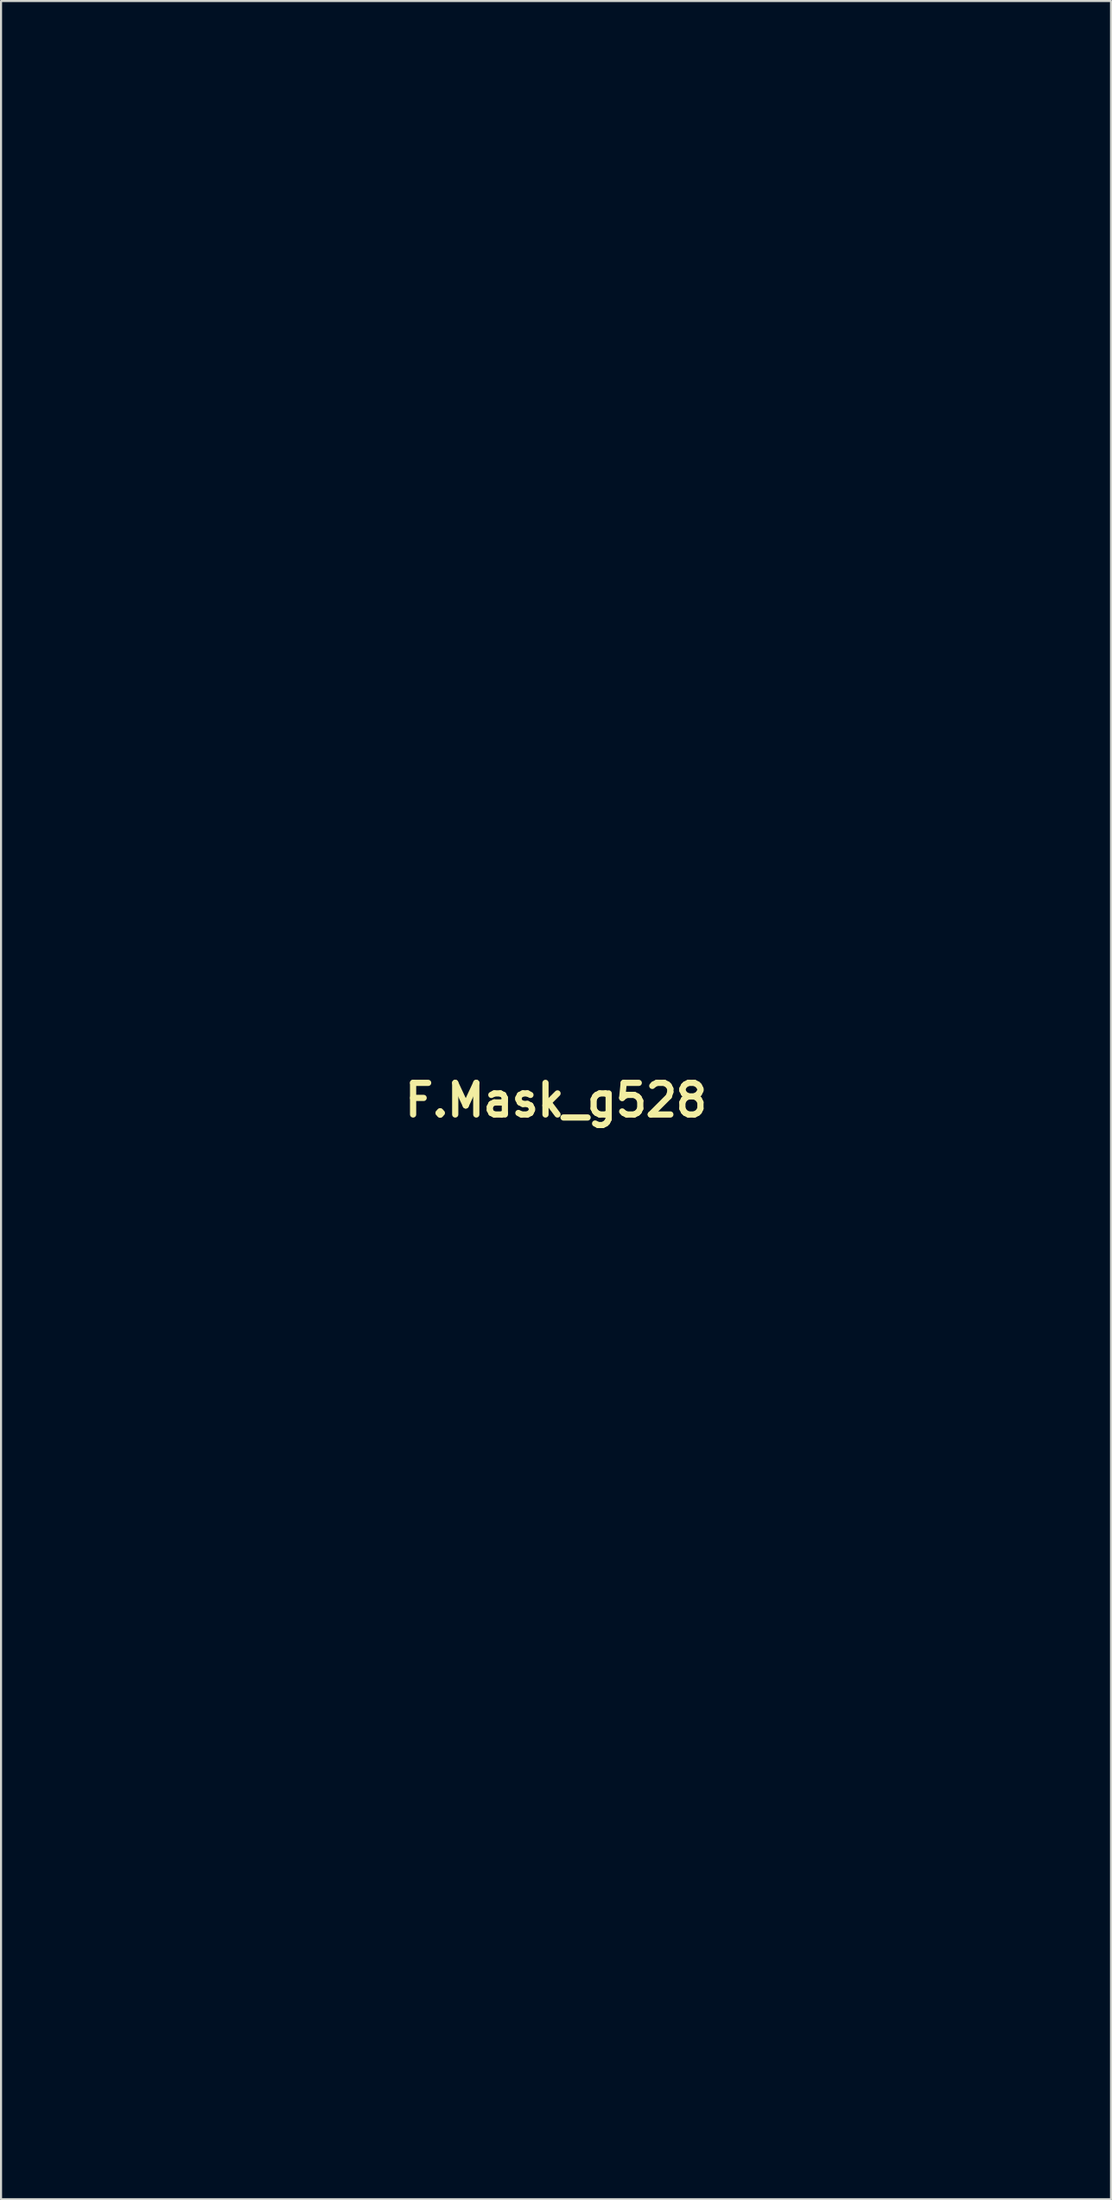
<source format=kicad_pcb>
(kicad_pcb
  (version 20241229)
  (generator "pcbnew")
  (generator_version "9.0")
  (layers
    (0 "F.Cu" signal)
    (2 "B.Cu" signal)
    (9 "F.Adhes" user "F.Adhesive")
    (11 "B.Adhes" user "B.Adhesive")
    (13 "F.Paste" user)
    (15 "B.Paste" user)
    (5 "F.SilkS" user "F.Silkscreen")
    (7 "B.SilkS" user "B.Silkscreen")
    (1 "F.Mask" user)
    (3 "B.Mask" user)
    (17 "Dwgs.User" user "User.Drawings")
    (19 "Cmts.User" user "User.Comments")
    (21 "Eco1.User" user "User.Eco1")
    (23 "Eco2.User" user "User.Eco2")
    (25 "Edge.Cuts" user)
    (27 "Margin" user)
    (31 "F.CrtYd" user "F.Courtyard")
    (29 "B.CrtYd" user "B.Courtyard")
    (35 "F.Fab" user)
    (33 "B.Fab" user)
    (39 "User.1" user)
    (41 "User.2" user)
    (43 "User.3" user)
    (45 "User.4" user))
  (footprint "F.Mask_g528"
    (layer "F.Cu")
    (at 23.773 49.999)
    (property "Reference" "F.Mask_g528" (at 0 0 0) (layer "F.SilkS") (effects (font (size 1.524 1.524) (thickness 0.3))))
    (attr through_hole)
    (fp_poly (pts (xy 19.565 -49.994) (xy 19.71 -49.982) (xy 19.792 -49.966) (xy 20.012 -49.889) (xy 20.217 -49.775) (xy 20.402 -49.626) (xy 20.562 -49.446) (xy 20.619 -49.365) (xy 20.69 -49.246) (xy 20.752 -49.119) (xy 20.806 -48.98) (xy 20.854 -48.822) (xy 20.898 -48.64) (xy 20.938 -48.428) (xy 20.977 -48.182) (xy 20.987 -48.112) (xy 21.012 -47.952) (xy 21.041 -47.791) (xy 21.073 -47.64) (xy 21.103 -47.514) (xy 21.113 -47.477) (xy 21.139 -47.383) (xy 21.166 -47.275) (xy 21.195 -47.152) (xy 21.226 -47.009) (xy 21.259 -46.844) (xy 21.297 -46.652) (xy 21.339 -46.43) (xy 21.386 -46.175) (xy 21.439 -45.884) (xy 21.472 -45.699) (xy 21.531 -45.362) (xy 21.583 -45.059) (xy 21.627 -44.782) (xy 21.665 -44.525) (xy 21.699 -44.279) (xy 21.728 -44.037) (xy 21.753 -43.791) (xy 21.777 -43.535) (xy 21.799 -43.26) (xy 21.821 -42.959) (xy 21.823 -42.937) (xy 21.844 -42.634) (xy 21.864 -42.367) (xy 21.883 -42.131) (xy 21.902 -41.919) (xy 21.921 -41.725) (xy 21.94 -41.544) (xy 21.962 -41.37) (xy 21.981 -41.222) (xy 22.023 -40.894) (xy 22.058 -40.584) (xy 22.086 -40.284) (xy 22.108 -39.985) (xy 22.124 -39.679) (xy 22.134 -39.356) (xy 22.141 -39.008) (xy 22.143 -38.652) (xy 22.143 -38.444) (xy 22.14 -38.248) (xy 22.136 -38.058) (xy 22.128 -37.868) (xy 22.118 -37.669) (xy 22.105 -37.457) (xy 22.088 -37.225) (xy 22.067 -36.965) (xy 22.041 -36.671) (xy 22.034 -36.587) (xy 22.016 -36.392) (xy 22 -36.229) (xy 21.985 -36.087) (xy 21.97 -35.958) (xy 21.952 -35.829) (xy 21.931 -35.692) (xy 21.906 -35.535) (xy 21.886 -35.412) (xy 21.851 -35.201) (xy 21.823 -35.024) (xy 21.8 -34.874) (xy 21.782 -34.744) (xy 21.768 -34.626) (xy 21.757 -34.512) (xy 21.748 -34.396) (xy 21.74 -34.27) (xy 21.737 -34.207) (xy 21.721 -33.97) (xy 21.699 -33.744) (xy 21.671 -33.516) (xy 21.633 -33.278) (xy 21.586 -33.019) (xy 21.535 -32.766) (xy 21.5 -32.595) (xy 21.461 -32.404) (xy 21.421 -32.208) (xy 21.383 -32.023) (xy 21.356 -31.888) (xy 21.309 -31.659) (xy 21.261 -31.445) (xy 21.211 -31.24) (xy 21.155 -31.035) (xy 21.093 -30.822) (xy 21.021 -30.595) (xy 20.939 -30.345) (xy 20.842 -30.065) (xy 20.821 -30.004) (xy 20.775 -29.865) (xy 20.739 -29.738) (xy 20.712 -29.607) (xy 20.687 -29.455) (xy 20.679 -29.401) (xy 20.643 -29.142) (xy 20.61 -28.919) (xy 20.578 -28.728) (xy 20.546 -28.561) (xy 20.514 -28.414) (xy 20.479 -28.28) (xy 20.44 -28.154) (xy 20.396 -28.03) (xy 20.346 -27.902) (xy 20.299 -27.792) (xy 20.256 -27.689) (xy 20.201 -27.557) (xy 20.138 -27.405) (xy 20.072 -27.242) (xy 20.007 -27.079) (xy 19.971 -26.988) (xy 19.898 -26.809) (xy 19.813 -26.607) (xy 19.721 -26.396) (xy 19.63 -26.192) (xy 19.545 -26.009) (xy 19.524 -25.964) (xy 19.46 -25.829) (xy 19.402 -25.707) (xy 19.353 -25.603) (xy 19.315 -25.522) (xy 19.291 -25.47) (xy 19.283 -25.45) (xy 19.274 -25.429) (xy 19.249 -25.377) (xy 19.21 -25.297) (xy 19.161 -25.198) (xy 19.104 -25.083) (xy 19.09 -25.055) (xy 19.008 -24.896) (xy 18.906 -24.708) (xy 18.789 -24.499) (xy 18.661 -24.274) (xy 18.525 -24.041) (xy 18.385 -23.806) (xy 18.246 -23.576) (xy 18.111 -23.358) (xy 17.985 -23.158) (xy 17.949 -23.103) (xy 17.862 -22.967) (xy 17.771 -22.82) (xy 17.683 -22.674) (xy 17.605 -22.541) (xy 17.547 -22.437) (xy 17.438 -22.239) (xy 17.341 -22.073) (xy 17.251 -21.933) (xy 17.163 -21.81) (xy 17.072 -21.7) (xy 16.974 -21.594) (xy 16.933 -21.552) (xy 16.803 -21.424) (xy 16.753 -21.178) (xy 16.721 -21.003) (xy 16.696 -20.825) (xy 16.678 -20.639) (xy 16.667 -20.441) (xy 16.662 -20.228) (xy 16.665 -19.995) (xy 16.675 -19.737) (xy 16.691 -19.451) (xy 16.715 -19.133) (xy 16.745 -18.777) (xy 16.752 -18.701) (xy 16.77 -18.5) (xy 16.79 -18.266) (xy 16.81 -18.01) (xy 16.831 -17.741) (xy 16.851 -17.469) (xy 16.87 -17.203) (xy 16.886 -16.954) (xy 16.891 -16.88) (xy 16.913 -16.542) (xy 16.932 -16.242) (xy 16.95 -15.976) (xy 16.967 -15.741) (xy 16.982 -15.532) (xy 16.997 -15.345) (xy 17.011 -15.176) (xy 17.025 -15.022) (xy 17.039 -14.879) (xy 17.054 -14.741) (xy 17.062 -14.668) (xy 17.081 -14.507) (xy 17.098 -14.382) (xy 17.113 -14.287) (xy 17.129 -14.217) (xy 17.146 -14.164) (xy 17.165 -14.124) (xy 17.188 -14.09) (xy 17.189 -14.089) (xy 17.233 -14.034) (xy 19.268 -14.033) (xy 19.562 -14.033) (xy 19.845 -14.032) (xy 20.115 -14.031) (xy 20.369 -14.03) (xy 20.604 -14.028) (xy 20.816 -14.026) (xy 21.002 -14.024) (xy 21.16 -14.022) (xy 21.286 -14.02) (xy 21.377 -14.017) (xy 21.43 -14.014) (xy 21.438 -14.013) (xy 21.612 -13.969) (xy 21.777 -13.891) (xy 21.922 -13.785) (xy 22.041 -13.656) (xy 22.107 -13.55) (xy 22.129 -13.506) (xy 22.148 -13.466) (xy 22.164 -13.425) (xy 22.178 -13.382) (xy 22.19 -13.331) (xy 22.199 -13.271) (xy 22.207 -13.199) (xy 22.213 -13.11) (xy 22.217 -13.002) (xy 22.22 -12.871) (xy 22.223 -12.715) (xy 22.224 -12.53) (xy 22.225 -12.313) (xy 22.225 -12.06) (xy 22.225 -11.769) (xy 22.225 -11.704) (xy 22.225 -11.407) (xy 22.224 -11.134) (xy 22.222 -10.888) (xy 22.22 -10.67) (xy 22.218 -10.483) (xy 22.215 -10.33) (xy 22.211 -10.212) (xy 22.207 -10.132) (xy 22.204 -10.094) (xy 22.15 -9.917) (xy 22.059 -9.754) (xy 21.935 -9.61) (xy 21.784 -9.491) (xy 21.68 -9.434) (xy 21.624 -9.408) (xy 21.577 -9.39) (xy 21.528 -9.377) (xy 21.47 -9.369) (xy 21.394 -9.364) (xy 21.289 -9.361) (xy 21.204 -9.359) (xy 20.87 -9.352) (xy 20.87 -9.188) (xy 20.852 -8.97) (xy 20.797 -8.759) (xy 20.711 -8.561) (xy 20.596 -8.383) (xy 20.456 -8.231) (xy 20.377 -8.168) (xy 20.297 -8.11) (xy 20.42 -8.075) (xy 20.621 -7.995) (xy 20.805 -7.88) (xy 20.966 -7.735) (xy 21.1 -7.563) (xy 21.203 -7.371) (xy 21.26 -7.204) (xy 21.284 -7.065) (xy 21.293 -6.902) (xy 21.288 -6.732) (xy 21.269 -6.569) (xy 21.251 -6.486) (xy 21.209 -6.318) (xy 21.459 -6.062) (xy 21.579 -5.935) (xy 21.694 -5.806) (xy 21.809 -5.669) (xy 21.926 -5.52) (xy 22.05 -5.354) (xy 22.185 -5.164) (xy 22.334 -4.948) (xy 22.46 -4.762) (xy 22.638 -4.494) (xy 22.792 -4.256) (xy 22.926 -4.042) (xy 23.042 -3.848) (xy 23.14 -3.668) (xy 23.225 -3.498) (xy 23.297 -3.334) (xy 23.359 -3.17) (xy 23.414 -3.001) (xy 23.463 -2.823) (xy 23.508 -2.631) (xy 23.552 -2.419) (xy 23.581 -2.269) (xy 23.632 -1.993) (xy 23.673 -1.751) (xy 23.706 -1.537) (xy 23.732 -1.345) (xy 23.75 -1.169) (xy 23.762 -1.001) (xy 23.768 -0.837) (xy 23.77 -0.682) (xy 23.763 -0.394) (xy 23.741 -0.138) (xy 23.7 0.094) (xy 23.639 0.309) (xy 23.554 0.516) (xy 23.442 0.722) (xy 23.301 0.935) (xy 23.128 1.162) (xy 23.092 1.206) (xy 23.005 1.313) (xy 22.913 1.426) (xy 22.826 1.534) (xy 22.754 1.623) (xy 22.748 1.63) (xy 22.602 1.819) (xy 22.488 1.988) (xy 22.403 2.139) (xy 22.347 2.277) (xy 22.317 2.406) (xy 22.31 2.503) (xy 22.313 2.553) (xy 22.321 2.639) (xy 22.335 2.751) (xy 22.352 2.884) (xy 22.372 3.029) (xy 22.387 3.13) (xy 22.413 3.306) (xy 22.432 3.45) (xy 22.446 3.572) (xy 22.455 3.683) (xy 22.461 3.794) (xy 22.464 3.913) (xy 22.465 4.052) (xy 22.465 4.064) (xy 22.464 4.219) (xy 22.462 4.342) (xy 22.457 4.439) (xy 22.449 4.521) (xy 22.436 4.597) (xy 22.421 4.668) (xy 22.339 4.945) (xy 22.228 5.193) (xy 22.085 5.415) (xy 21.98 5.542) (xy 21.866 5.654) (xy 21.717 5.78) (xy 21.537 5.916) (xy 21.33 6.059) (xy 21.102 6.207) (xy 20.854 6.356) (xy 20.593 6.504) (xy 20.468 6.572) (xy 20.358 6.631) (xy 20.261 6.684) (xy 20.183 6.726) (xy 20.13 6.754) (xy 20.109 6.767) (xy 20.109 6.767) (xy 20.11 6.789) (xy 20.119 6.846) (xy 20.133 6.932) (xy 20.153 7.039) (xy 20.177 7.162) (xy 20.179 7.171) (xy 20.224 7.405) (xy 20.259 7.607) (xy 20.286 7.785) (xy 20.304 7.949) (xy 20.316 8.106) (xy 20.323 8.267) (xy 20.324 8.414) (xy 20.319 8.678) (xy 20.3 8.906) (xy 20.269 9.102) (xy 20.223 9.269) (xy 20.161 9.412) (xy 20.098 9.516) (xy 19.982 9.648) (xy 19.829 9.774) (xy 19.643 9.893) (xy 19.427 10.001) (xy 19.187 10.098) (xy 18.927 10.181) (xy 18.667 10.243) (xy 18.548 10.268) (xy 18.303 10.791) (xy 18.135 11.153) (xy 17.984 11.48) (xy 17.85 11.777) (xy 17.732 12.046) (xy 17.627 12.291) (xy 17.535 12.515) (xy 17.453 12.722) (xy 17.382 12.914) (xy 17.319 13.096) (xy 17.263 13.271) (xy 17.213 13.442) (xy 17.176 13.578) (xy 17.125 13.781) (xy 17.087 13.954) (xy 17.06 14.109) (xy 17.043 14.257) (xy 17.034 14.409) (xy 17.032 14.573) (xy 17.032 14.891) (xy 17.182 15.536) (xy 17.262 15.884) (xy 17.332 16.196) (xy 17.392 16.477) (xy 17.443 16.731) (xy 17.487 16.964) (xy 17.523 17.179) (xy 17.553 17.383) (xy 17.577 17.579) (xy 17.596 17.773) (xy 17.612 17.97) (xy 17.622 18.116) (xy 17.625 18.231) (xy 17.625 18.375) (xy 17.622 18.538) (xy 17.616 18.713) (xy 17.607 18.891) (xy 17.597 19.061) (xy 17.585 19.216) (xy 17.572 19.346) (xy 17.558 19.441) (xy 17.501 19.645) (xy 17.41 19.828) (xy 17.288 19.985) (xy 17.139 20.114) (xy 16.965 20.211) (xy 16.769 20.274) (xy 16.737 20.28) (xy 16.594 20.306) (xy 16.605 20.371) (xy 16.611 20.411) (xy 16.622 20.486) (xy 16.637 20.588) (xy 16.655 20.71) (xy 16.674 20.846) (xy 16.681 20.892) (xy 16.718 21.151) (xy 16.76 21.434) (xy 16.805 21.735) (xy 16.854 22.05) (xy 16.905 22.374) (xy 16.957 22.703) (xy 17.011 23.033) (xy 17.064 23.359) (xy 17.116 23.676) (xy 17.168 23.98) (xy 17.217 24.267) (xy 17.263 24.532) (xy 17.306 24.77) (xy 17.344 24.977) (xy 17.377 25.148) (xy 17.389 25.206) (xy 17.526 25.832) (xy 17.678 26.45) (xy 17.844 27.056) (xy 18.022 27.645) (xy 18.21 28.211) (xy 18.408 28.75) (xy 18.612 29.257) (xy 18.803 29.686) (xy 18.857 29.804) (xy 18.907 29.915) (xy 18.948 30.012) (xy 18.977 30.086) (xy 18.988 30.12) (xy 19 30.184) (xy 19.009 30.285) (xy 19.014 30.416) (xy 19.017 30.572) (xy 19.017 30.575) (xy 19.016 30.723) (xy 19.013 30.838) (xy 19.007 30.929) (xy 18.996 31.004) (xy 18.981 31.073) (xy 18.979 31.083) (xy 18.898 31.31) (xy 18.787 31.513) (xy 18.648 31.687) (xy 18.485 31.832) (xy 18.3 31.944) (xy 18.095 32.022) (xy 17.876 32.062) (xy 17.755 32.068) (xy 17.592 32.068) (xy 17.601 32.136) (xy 17.607 32.182) (xy 17.616 32.26) (xy 17.627 32.361) (xy 17.64 32.474) (xy 17.644 32.512) (xy 17.673 32.766) (xy 17.711 33.058) (xy 17.757 33.383) (xy 17.81 33.738) (xy 17.869 34.12) (xy 17.934 34.525) (xy 18.004 34.948) (xy 18.079 35.387) (xy 18.157 35.837) (xy 18.239 36.295) (xy 18.323 36.756) (xy 18.409 37.218) (xy 18.495 37.676) (xy 18.583 38.127) (xy 18.67 38.567) (xy 18.756 38.992) (xy 18.841 39.398) (xy 18.924 39.782) (xy 18.995 40.102) (xy 19.041 40.314) (xy 19.077 40.492) (xy 19.102 40.641) (xy 19.118 40.769) (xy 19.126 40.881) (xy 19.125 40.983) (xy 19.117 41.082) (xy 19.115 41.102) (xy 19.078 41.322) (xy 19.021 41.512) (xy 18.94 41.682) (xy 18.831 41.841) (xy 18.691 41.996) (xy 18.595 42.088) (xy 18.512 42.158) (xy 18.428 42.214) (xy 18.329 42.268) (xy 18.315 42.275) (xy 18.212 42.324) (xy 18.104 42.371) (xy 18.008 42.408) (xy 17.975 42.42) (xy 17.829 42.466) (xy 17.922 42.702) (xy 18.147 43.32) (xy 18.348 43.968) (xy 18.522 44.643) (xy 18.669 45.339) (xy 18.789 46.052) (xy 18.879 46.777) (xy 18.913 47.138) (xy 18.923 47.286) (xy 18.933 47.456) (xy 18.941 47.642) (xy 18.948 47.839) (xy 18.954 48.039) (xy 18.958 48.237) (xy 18.961 48.426) (xy 18.961 48.602) (xy 18.96 48.757) (xy 18.957 48.885) (xy 18.952 48.981) (xy 18.948 49.021) (xy 18.9 49.217) (xy 18.816 49.393) (xy 18.7 49.546) (xy 18.553 49.671) (xy 18.42 49.748) (xy 18.349 49.779) (xy 18.29 49.799) (xy 18.228 49.81) (xy 18.149 49.814) (xy 18.066 49.815) (xy 17.957 49.813) (xy 17.824 49.806) (xy 17.685 49.795) (xy 17.579 49.784) (xy 17.464 49.775) (xy 17.313 49.767) (xy 17.131 49.761) (xy 16.923 49.757) (xy 16.695 49.754) (xy 16.453 49.754) (xy 16.202 49.755) (xy 15.948 49.759) (xy 15.696 49.764) (xy 15.453 49.771) (xy 15.223 49.779) (xy 15.013 49.79) (xy 14.975 49.792) (xy 14.916 49.795) (xy 14.853 49.798) (xy 14.785 49.801) (xy 14.711 49.804) (xy 14.63 49.806) (xy 14.539 49.809) (xy 14.437 49.811) (xy 14.324 49.813) (xy 14.196 49.815) (xy 14.054 49.816) (xy 13.895 49.818) (xy 13.717 49.819) (xy 13.52 49.82) (xy 13.302 49.821) (xy 13.061 49.822) (xy 12.797 49.823) (xy 12.506 49.824) (xy 12.189 49.824) (xy 11.843 49.825) (xy 11.467 49.825) (xy 11.059 49.826) (xy 10.619 49.826) (xy 10.144 49.826) (xy 9.633 49.826) (xy 9.084 49.826) (xy 8.497 49.826) (xy 7.869 49.826) (xy 7.694 49.826) (xy 7.052 49.826) (xy 6.451 49.826) (xy 5.889 49.826) (xy 5.365 49.826) (xy 4.878 49.826) (xy 4.425 49.827) (xy 4.006 49.827) (xy 3.619 49.827) (xy 3.262 49.828) (xy 2.934 49.828) (xy 2.634 49.829) (xy 2.359 49.83) (xy 2.109 49.831) (xy 1.882 49.832) (xy 1.677 49.833) (xy 1.491 49.834) (xy 1.325 49.836) (xy 1.175 49.838) (xy 1.04 49.839) (xy 0.92 49.841) (xy 0.813 49.844) (xy 0.716 49.846) (xy 0.629 49.848) (xy 0.55 49.851) (xy 0.478 49.854) (xy 0.411 49.857) (xy 0.37 49.859) (xy 0.309 49.862) (xy 0.242 49.865) (xy 0.169 49.868) (xy 0.089 49.871) (xy 0.000028 49.873) (xy -0.1 49.875) (xy -0.211 49.878) (xy -0.335 49.88) (xy -0.474 49.881) (xy -0.629 49.883) (xy -0.801 49.885) (xy -0.992 49.886) (xy -1.203 49.887) (xy -1.436 49.889) (xy -1.691 49.89) (xy -1.971 49.891) (xy -2.277 49.892) (xy -2.61 49.893) (xy -2.971 49.893) (xy -3.362 49.894) (xy -3.784 49.895) (xy -4.239 49.896) (xy -4.729 49.896) (xy -5.253 49.897) (xy -5.815 49.897) (xy -6.415 49.898) (xy -7.054 49.898) (xy -7.662 49.899) (xy -8.359 49.899) (xy -9.015 49.9) (xy -9.631 49.9) (xy -10.209 49.901) (xy -10.748 49.902) (xy -11.252 49.902) (xy -11.721 49.903) (xy -12.155 49.904) (xy -12.558 49.905) (xy -12.929 49.906) (xy -13.269 49.907) (xy -13.581 49.908) (xy -13.865 49.91) (xy -14.123 49.911) (xy -14.355 49.912) (xy -14.563 49.914) (xy -14.749 49.916) (xy -14.913 49.917) (xy -15.056 49.919) (xy -15.18 49.921) (xy -15.287 49.923) (xy -15.376 49.926) (xy -15.45 49.928) (xy -15.51 49.931) (xy -15.536 49.932) (xy -15.682 49.939) (xy -15.867 49.945) (xy -16.091 49.951) (xy -16.352 49.955) (xy -16.646 49.958) (xy -16.973 49.961) (xy -17.33 49.962) (xy -17.473 49.963) (xy -17.733 49.963) (xy -17.991 49.964) (xy -18.243 49.966) (xy -18.485 49.968) (xy -18.71 49.97) (xy -18.914 49.972) (xy -19.092 49.974) (xy -19.239 49.977) (xy -19.351 49.98) (xy -19.378 49.981) (xy -19.536 49.986) (xy -19.658 49.988) (xy -19.751 49.987) (xy -19.823 49.984) (xy -19.88 49.977) (xy -19.928 49.967) (xy -19.939 49.964) (xy -20.147 49.886) (xy -20.33 49.776) (xy -20.485 49.636) (xy -20.61 49.47) (xy -20.701 49.279) (xy -20.733 49.179) (xy -20.754 49.062) (xy -20.764 48.913) (xy -20.764 48.741) (xy -20.754 48.554) (xy -20.734 48.361) (xy -20.732 48.343) (xy -20.696 48.083) (xy -20.757 48.04) (xy -20.843 47.971) (xy -20.94 47.88) (xy -21.039 47.778) (xy -21.128 47.674) (xy -21.199 47.581) (xy -21.222 47.547) (xy -21.31 47.382) (xy -21.374 47.22) (xy -21.415 47.051) (xy -21.436 46.866) (xy -21.438 46.654) (xy -21.436 46.584) (xy -21.429 46.465) (xy -21.418 46.348) (xy -21.402 46.229) (xy -21.381 46.103) (xy -21.353 45.967) (xy -21.317 45.816) (xy -21.272 45.646) (xy -21.217 45.454) (xy -21.152 45.235) (xy -21.075 44.985) (xy -20.985 44.7) (xy -20.966 44.641) (xy -20.886 44.387) (xy -20.817 44.168) (xy -20.76 43.982) (xy -20.712 43.821) (xy -20.672 43.683) (xy -20.64 43.563) (xy -20.615 43.456) (xy -20.594 43.358) (xy -20.578 43.264) (xy -20.564 43.169) (xy -20.552 43.07) (xy -20.542 42.971) (xy -20.511 42.729) (xy -20.469 42.52) (xy -20.412 42.333) (xy -20.337 42.159) (xy -20.241 41.989) (xy -20.152 41.857) (xy -20.03 41.688) (xy -20.017 41.409) (xy -20.008 41.278) (xy -19.993 41.136) (xy -19.975 41.003) (xy -19.959 40.912) (xy -19.939 40.818) (xy -19.924 40.739) (xy -19.913 40.683) (xy -19.91 40.664) (xy -19.929 40.641) (xy -19.986 40.615) (xy -20.048 40.596) (xy -20.229 40.536) (xy -20.401 40.457) (xy -20.578 40.352) (xy -20.606 40.333) (xy -20.796 40.196) (xy -20.947 40.062) (xy -21.061 39.927) (xy -21.142 39.787) (xy -21.192 39.638) (xy -21.213 39.476) (xy -21.215 39.434) (xy -21.213 39.362) (xy -21.206 39.282) (xy -21.194 39.191) (xy -21.174 39.086) (xy -21.147 38.966) (xy -21.113 38.827) (xy -21.069 38.667) (xy -21.016 38.484) (xy -20.953 38.274) (xy -20.878 38.036) (xy -20.793 37.766) (xy -20.695 37.463) (xy -20.584 37.123) (xy -20.532 36.968) (xy -20.434 36.668) (xy -20.347 36.405) (xy -20.271 36.175) (xy -20.206 35.974) (xy -20.15 35.798) (xy -20.102 35.645) (xy -20.062 35.51) (xy -20.027 35.389) (xy -19.998 35.28) (xy -19.973 35.178) (xy -19.952 35.079) (xy -19.932 34.98) (xy -19.914 34.878) (xy -19.896 34.769) (xy -19.878 34.648) (xy -19.858 34.513) (xy -19.844 34.424) (xy -19.82 34.263) (xy -19.795 34.097) (xy -19.771 33.937) (xy -19.749 33.795) (xy -19.731 33.679) (xy -19.726 33.647) (xy -19.71 33.546) (xy -19.698 33.46) (xy -19.691 33.4) (xy -19.689 33.371) (xy -19.689 33.37) (xy -19.71 33.358) (xy -19.757 33.333) (xy -19.811 33.304) (xy -19.964 33.201) (xy -20.099 33.065) (xy -20.212 32.905) (xy -20.295 32.729) (xy -20.33 32.616) (xy -20.355 32.466) (xy -20.358 32.315) (xy -20.337 32.156) (xy -20.293 31.98) (xy -20.223 31.779) (xy -20.216 31.763) (xy -20.19 31.692) (xy -20.151 31.587) (xy -20.104 31.455) (xy -20.049 31.302) (xy -19.99 31.135) (xy -19.928 30.959) (xy -19.879 30.819) (xy -19.783 30.543) (xy -19.699 30.303) (xy -19.626 30.094) (xy -19.563 29.914) (xy -19.507 29.757) (xy -19.457 29.62) (xy -19.413 29.498) (xy -19.371 29.387) (xy -19.332 29.284) (xy -19.293 29.184) (xy -19.253 29.083) (xy -19.236 29.041) (xy -19.131 28.787) (xy -19.039 28.573) (xy -18.959 28.4) (xy -18.892 28.268) (xy -18.85 28.196) (xy -18.791 28.102) (xy -18.839 27.91) (xy -18.878 27.695) (xy -18.897 27.463) (xy -18.894 27.231) (xy -18.872 27.031) (xy -18.836 26.857) (xy -18.788 26.689) (xy -18.727 26.519) (xy -18.648 26.342) (xy -18.55 26.152) (xy -18.429 25.942) (xy -18.304 25.739) (xy -18.214 25.594) (xy -18.143 25.475) (xy -18.088 25.373) (xy -18.043 25.278) (xy -18.006 25.181) (xy -17.972 25.073) (xy -17.937 24.945) (xy -17.913 24.85) (xy -17.88 24.72) (xy -17.839 24.561) (xy -17.793 24.384) (xy -17.744 24.201) (xy -17.697 24.023) (xy -17.674 23.939) (xy -17.596 23.652) (xy -17.53 23.399) (xy -17.472 23.177) (xy -17.422 22.978) (xy -17.379 22.798) (xy -17.341 22.63) (xy -17.307 22.471) (xy -17.276 22.313) (xy -17.246 22.151) (xy -17.217 21.98) (xy -17.199 21.868) (xy -17.18 21.763) (xy -17.154 21.625) (xy -17.121 21.463) (xy -17.085 21.285) (xy -17.046 21.101) (xy -17.006 20.92) (xy -16.998 20.884) (xy -16.959 20.709) (xy -16.921 20.533) (xy -16.885 20.366) (xy -16.853 20.215) (xy -16.826 20.087) (xy -16.807 19.991) (xy -16.803 19.971) (xy -16.774 19.772) (xy -16.758 19.574) (xy -16.757 19.386) (xy -16.769 19.219) (xy -16.793 19.092) (xy -16.827 18.971) (xy -16.859 18.865) (xy -16.888 18.779) (xy -16.912 18.721) (xy -16.927 18.696) (xy -16.93 18.695) (xy -17.132 18.786) (xy -17.325 18.837) (xy -17.51 18.847) (xy -17.691 18.817) (xy -17.854 18.754) (xy -17.952 18.698) (xy -18.044 18.626) (xy -18.133 18.534) (xy -18.222 18.417) (xy -18.315 18.271) (xy -18.415 18.093) (xy -18.498 17.931) (xy -18.709 17.464) (xy -18.883 16.976) (xy -19.021 16.469) (xy -19.122 15.944) (xy -19.187 15.402) (xy -19.216 14.846) (xy -19.207 14.276) (xy -19.162 13.694) (xy -19.08 13.1) (xy -18.961 12.497) (xy -18.816 11.926) (xy -18.666 11.436) (xy -18.486 10.93) (xy -18.282 10.42) (xy -18.118 10.05) (xy -18.064 9.931) (xy -18.026 9.844) (xy -18.004 9.784) (xy -17.995 9.746) (xy -17.997 9.723) (xy -18.004 9.714) (xy -18.03 9.686) (xy -18.073 9.634) (xy -18.124 9.567) (xy -18.139 9.547) (xy -18.245 9.404) (xy -18.508 9.402) (xy -18.833 9.38) (xy -19.142 9.32) (xy -19.433 9.223) (xy -19.704 9.089) (xy -19.955 8.919) (xy -20.153 8.743) (xy -20.345 8.525) (xy -20.498 8.291) (xy -20.612 8.041) (xy -20.687 7.774) (xy -20.724 7.489) (xy -20.728 7.355) (xy -20.725 7.26) (xy -20.716 7.129) (xy -20.701 6.969) (xy -20.682 6.785) (xy -20.658 6.584) (xy -20.632 6.371) (xy -20.603 6.154) (xy -20.572 5.937) (xy -20.54 5.728) (xy -20.51 5.543) (xy -20.494 5.446) (xy -20.48 5.364) (xy -20.471 5.308) (xy -20.468 5.284) (xy -20.487 5.276) (xy -20.535 5.271) (xy -20.56 5.271) (xy -20.634 5.279) (xy -20.684 5.307) (xy -20.692 5.316) (xy -20.778 5.391) (xy -20.891 5.462) (xy -21.019 5.521) (xy -21.142 5.559) (xy -21.332 5.582) (xy -21.516 5.565) (xy -21.695 5.507) (xy -21.87 5.408) (xy -22.044 5.268) (xy -22.232 5.065) (xy -22.39 4.833) (xy -22.521 4.572) (xy -22.622 4.281) (xy -22.697 3.958) (xy -22.714 3.85) (xy -22.721 3.776) (xy -22.728 3.666) (xy -22.733 3.524) (xy -22.736 3.355) (xy -22.739 3.164) (xy -22.741 2.957) (xy -22.741 2.739) (xy -22.741 2.516) (xy -22.74 2.291) (xy -22.737 2.072) (xy -22.734 1.862) (xy -22.729 1.667) (xy -22.724 1.492) (xy -22.718 1.343) (xy -22.711 1.225) (xy -22.703 1.142) (xy -22.702 1.132) (xy -22.658 0.887) (xy -22.594 0.61) (xy -22.512 0.31) (xy -22.414 -0.01) (xy -22.301 -0.341) (xy -22.176 -0.68) (xy -22.175 -0.683) (xy -22.15 -0.752) (xy -22.137 -0.802) (xy -22.137 -0.825) (xy -22.138 -0.826) (xy -22.165 -0.817) (xy -22.219 -0.795) (xy -22.291 -0.764) (xy -22.312 -0.755) (xy -22.45 -0.694) (xy -22.562 -0.652) (xy -22.659 -0.625) (xy -22.751 -0.611) (xy -22.85 -0.606) (xy -22.881 -0.606) (xy -23.048 -0.62) (xy -23.197 -0.66) (xy -23.34 -0.733) (xy -23.416 -0.783) (xy -23.524 -0.88) (xy -23.622 -1.002) (xy -23.7 -1.136) (xy -23.738 -1.234) (xy -23.768 -1.398) (xy -23.768 -1.587) (xy -23.739 -1.797) (xy -23.684 -2.023) (xy -23.604 -2.261) (xy -23.5 -2.507) (xy -23.374 -2.757) (xy -23.227 -3.007) (xy -23.061 -3.252) (xy -22.935 -3.418) (xy -22.747 -3.642) (xy -22.532 -3.867) (xy -22.29 -4.097) (xy -22.015 -4.336) (xy -21.707 -4.584) (xy -21.478 -4.759) (xy -21.123 -5.025) (xy -21.136 -5.165) (xy -21.137 -5.333) (xy -21.105 -5.505) (xy -21.038 -5.691) (xy -21.032 -5.705) (xy -20.88 -6.007) (xy -20.705 -6.277) (xy -20.511 -6.511) (xy -20.37 -6.648) (xy -20.241 -6.763) (xy -20.305 -6.836) (xy -20.347 -6.894) (xy -20.395 -6.973) (xy -20.434 -7.047) (xy -20.458 -7.098) (xy -20.475 -7.141) (xy -20.487 -7.185) (xy -20.495 -7.238) (xy -20.5 -7.308) (xy -20.503 -7.402) (xy -20.506 -7.528) (xy -20.507 -7.572) (xy -20.514 -7.959) (xy -20.836 -7.959) (xy -21.011 -7.962) (xy -21.153 -7.971) (xy -21.271 -7.989) (xy -21.372 -8.018) (xy -21.467 -8.057) (xy -21.509 -8.079) (xy -21.624 -8.16) (xy -21.736 -8.27) (xy -21.833 -8.398) (xy -21.893 -8.504) (xy -21.918 -8.558) (xy -21.936 -8.604) (xy -21.948 -8.651) (xy -21.956 -8.707) (xy -21.961 -8.781) (xy -21.965 -8.88) (xy -21.968 -8.999) (xy -21.975 -9.352) (xy -22.328 -9.359) (xy -22.458 -9.362) (xy -22.555 -9.366) (xy -22.626 -9.371) (xy -22.681 -9.379) (xy -22.727 -9.392) (xy -22.773 -9.411) (xy -22.823 -9.434) (xy -22.988 -9.534) (xy -23.129 -9.663) (xy -23.241 -9.814) (xy -23.319 -9.983) (xy -23.347 -10.086) (xy -23.364 -10.204) (xy -23.376 -10.357) (xy -23.382 -10.535) (xy -23.384 -10.73) (xy -23.379 -10.935) (xy -23.369 -11.141) (xy -23.358 -11.294) (xy -23.338 -11.565) (xy -23.331 -11.796) (xy -23.334 -11.971) (xy -23.344 -12.177) (xy -23.352 -12.346) (xy -23.359 -12.482) (xy -23.362 -12.59) (xy -23.364 -12.675) (xy -23.364 -12.742) (xy -23.361 -12.796) (xy -23.356 -12.841) (xy -23.35 -12.883) (xy -23.341 -12.926) (xy -23.338 -12.939) (xy -23.267 -13.168) (xy -23.16 -13.374) (xy -23.02 -13.556) (xy -22.848 -13.712) (xy -22.645 -13.841) (xy -22.413 -13.941) (xy -22.269 -13.985) (xy -22.235 -13.994) (xy -22.204 -14.002) (xy -22.175 -14.009) (xy -22.144 -14.016) (xy -22.11 -14.021) (xy -22.068 -14.026) (xy -22.018 -14.029) (xy -21.957 -14.033) (xy -21.881 -14.035) (xy -21.789 -14.037) (xy -21.678 -14.038) (xy -21.545 -14.038) (xy -21.388 -14.038) (xy -21.205 -14.038) (xy -20.992 -14.037) (xy -20.748 -14.036) (xy -20.47 -14.034) (xy -20.155 -14.032) (xy -19.801 -14.03) (xy -19.706 -14.029) (xy -19.441 -14.028) (xy -19.18 -14.027) (xy -18.93 -14.026) (xy -18.693 -14.026) (xy -18.474 -14.025) (xy -18.277 -14.026) (xy -18.107 -14.026) (xy -17.967 -14.027) (xy -17.861 -14.028) (xy -17.8 -14.03) (xy -17.492 -14.04) (xy -17.419 -14.201) (xy -17.31 -14.411) (xy -17.172 -14.614) (xy -17 -14.817) (xy -16.862 -14.958) (xy -16.618 -15.194) (xy -16.658 -15.308) (xy -16.716 -15.532) (xy -16.738 -15.766) (xy -16.723 -16.015) (xy -16.672 -16.281) (xy -16.67 -16.286) (xy -16.648 -16.374) (xy -16.632 -16.445) (xy -16.622 -16.49) (xy -16.621 -16.501) (xy -16.643 -16.509) (xy -16.695 -16.523) (xy -16.769 -16.543) (xy -16.797 -16.55) (xy -17.021 -16.612) (xy -17.221 -16.68) (xy -17.415 -16.761) (xy -17.558 -16.828) (xy -17.827 -16.98) (xy -18.06 -17.154) (xy -18.259 -17.351) (xy -18.422 -17.571) (xy -18.51 -17.727) (xy -18.613 -17.974) (xy -18.673 -18.223) (xy -18.692 -18.473) (xy -18.668 -18.724) (xy -18.602 -18.977) (xy -18.494 -19.229) (xy -18.345 -19.481) (xy -18.154 -19.733) (xy -18.147 -19.741) (xy -18.095 -19.803) (xy -18.056 -19.852) (xy -18.035 -19.88) (xy -18.034 -19.883) (xy -18.048 -19.901) (xy -18.087 -19.941) (xy -18.143 -19.997) (xy -18.185 -20.038) (xy -18.361 -20.228) (xy -18.502 -20.427) (xy -18.594 -20.597) (xy -18.663 -20.763) (xy -18.706 -20.917) (xy -18.728 -21.079) (xy -18.732 -21.219) (xy -18.73 -21.332) (xy -18.721 -21.422) (xy -18.704 -21.504) (xy -18.674 -21.597) (xy -18.673 -21.602) (xy -18.585 -21.803) (xy -18.468 -21.979) (xy -18.336 -22.121) (xy -18.214 -22.236) (xy -18.463 -22.539) (xy -18.739 -22.885) (xy -19.024 -23.265) (xy -19.316 -23.672) (xy -19.608 -24.099) (xy -19.897 -24.54) (xy -20.178 -24.988) (xy -20.3 -25.188) (xy -20.425 -25.4) (xy -20.541 -25.601) (xy -20.649 -25.795) (xy -20.75 -25.987) (xy -20.848 -26.18) (xy -20.942 -26.378) (xy -21.036 -26.586) (xy -21.131 -26.807) (xy -21.228 -27.045) (xy -21.329 -27.304) (xy -21.437 -27.589) (xy -21.553 -27.903) (xy -21.678 -28.25) (xy -21.787 -28.554) (xy -21.907 -28.894) (xy -22.013 -29.199) (xy -22.107 -29.473) (xy -22.19 -29.719) (xy -22.262 -29.943) (xy -22.325 -30.147) (xy -22.381 -30.336) (xy -22.429 -30.514) (xy -22.472 -30.686) (xy -22.51 -30.855) (xy -22.544 -31.026) (xy -22.577 -31.202) (xy -22.608 -31.388) (xy -22.639 -31.588) (xy -22.646 -31.634) (xy -22.726 -32.19) (xy -22.793 -32.713) (xy -22.847 -33.211) (xy -22.888 -33.691) (xy -22.919 -34.159) (xy -22.938 -34.624) (xy -22.946 -35.092) (xy -22.947 -35.287) (xy -22.943 -35.789) (xy -22.929 -36.262) (xy -22.905 -36.72) (xy -22.87 -37.175) (xy -22.823 -37.642) (xy -22.763 -38.132) (xy -22.755 -38.194) (xy -22.731 -38.375) (xy -22.71 -38.544) (xy -22.691 -38.708) (xy -22.673 -38.872) (xy -22.656 -39.043) (xy -22.64 -39.226) (xy -22.623 -39.427) (xy -22.605 -39.652) (xy -22.585 -39.907) (xy -22.564 -40.199) (xy -22.564 -40.206) (xy -22.538 -40.552) (xy -22.515 -40.86) (xy -22.492 -41.138) (xy -22.469 -41.389) (xy -22.445 -41.621) (xy -22.419 -41.837) (xy -22.391 -42.044) (xy -22.359 -42.247) (xy -22.323 -42.451) (xy -22.282 -42.663) (xy -22.235 -42.887) (xy -22.18 -43.129) (xy -22.119 -43.394) (xy -22.048 -43.689) (xy -21.979 -43.974) (xy -21.91 -44.256) (xy -21.847 -44.506) (xy -21.79 -44.73) (xy -21.735 -44.933) (xy -21.681 -45.12) (xy -21.626 -45.296) (xy -21.569 -45.468) (xy -21.506 -45.64) (xy -21.438 -45.819) (xy -21.36 -46.009) (xy -21.273 -46.216) (xy -21.173 -46.446) (xy -21.059 -46.704) (xy -20.941 -46.969) (xy -20.838 -47.198) (xy -20.749 -47.392) (xy -20.673 -47.557) (xy -20.606 -47.698) (xy -20.546 -47.818) (xy -20.491 -47.924) (xy -20.438 -48.018) (xy -20.386 -48.107) (xy -20.331 -48.195) (xy -20.289 -48.26) (xy -20.205 -48.385) (xy -20.134 -48.485) (xy -20.066 -48.571) (xy -19.992 -48.657) (xy -19.902 -48.752) (xy -19.859 -48.797) (xy -19.684 -48.961) (xy -19.513 -49.091) (xy -19.336 -49.194) (xy -19.279 -49.221) (xy -19.06 -49.3) (xy -18.838 -49.339) (xy -18.616 -49.338) (xy -18.401 -49.298) (xy -18.195 -49.221) (xy -18.004 -49.105) (xy -17.897 -49.017) (xy -17.816 -48.937) (xy -17.741 -48.849) (xy -17.668 -48.747) (xy -17.593 -48.624) (xy -17.511 -48.475) (xy -17.42 -48.292) (xy -17.414 -48.281) (xy -17.317 -48.093) (xy -17.202 -47.893) (xy -17.083 -47.701) (xy -17.04 -47.636) (xy -16.885 -47.406) (xy -16.751 -47.207) (xy -16.637 -47.034) (xy -16.538 -46.882) (xy -16.451 -46.747) (xy -16.376 -46.625) (xy -16.307 -46.512) (xy -16.243 -46.401) (xy -16.182 -46.291) (xy -16.119 -46.175) (xy -16.108 -46.154) (xy -16.025 -46.001) (xy -15.928 -45.824) (xy -15.824 -45.636) (xy -15.719 -45.45) (xy -15.622 -45.278) (xy -15.59 -45.223) (xy -15.489 -45.047) (xy -15.399 -44.89) (xy -15.319 -44.746) (xy -15.244 -44.611) (xy -15.172 -44.478) (xy -15.1 -44.342) (xy -15.026 -44.198) (xy -14.946 -44.041) (xy -14.858 -43.865) (xy -14.759 -43.665) (xy -14.646 -43.435) (xy -14.568 -43.275) (xy -14.435 -43.003) (xy -14.32 -42.764) (xy -14.22 -42.553) (xy -14.133 -42.368) (xy -14.059 -42.202) (xy -13.994 -42.052) (xy -13.936 -41.913) (xy -13.885 -41.781) (xy -13.837 -41.652) (xy -13.791 -41.521) (xy -13.76 -41.427) (xy -13.713 -41.287) (xy -13.667 -41.164) (xy -13.62 -41.054) (xy -13.567 -40.949) (xy -13.506 -40.847) (xy -13.434 -40.742) (xy -13.346 -40.628) (xy -13.241 -40.502) (xy -13.113 -40.357) (xy -12.961 -40.188) (xy -12.897 -40.118) (xy -12.78 -39.991) (xy -12.68 -39.88) (xy -12.591 -39.78) (xy -12.509 -39.685) (xy -12.43 -39.591) (xy -12.349 -39.491) (xy -12.262 -39.381) (xy -12.164 -39.254) (xy -12.051 -39.106) (xy -11.918 -38.931) (xy -11.874 -38.873) (xy -11.689 -38.622) (xy -11.51 -38.373) (xy -11.342 -38.13) (xy -11.189 -37.9) (xy -11.054 -37.688) (xy -10.942 -37.5) (xy -10.916 -37.454) (xy -10.861 -37.351) (xy -10.791 -37.215) (xy -10.708 -37.051) (xy -10.616 -36.865) (xy -10.517 -36.662) (xy -10.414 -36.448) (xy -10.309 -36.227) (xy -10.205 -36.006) (xy -10.155 -35.899) (xy -10.021 -35.601) (xy -9.893 -35.302) (xy -9.769 -34.996) (xy -9.648 -34.677) (xy -9.527 -34.339) (xy -9.403 -33.977) (xy -9.275 -33.584) (xy -9.158 -33.211) (xy -9.038 -32.817) (xy -8.932 -32.455) (xy -8.838 -32.119) (xy -8.755 -31.802) (xy -8.68 -31.497) (xy -8.612 -31.196) (xy -8.55 -30.893) (xy -8.491 -30.58) (xy -8.435 -30.258) (xy -8.412 -30.12) (xy -8.39 -29.995) (xy -8.371 -29.889) (xy -8.356 -29.809) (xy -8.345 -29.761) (xy -8.342 -29.752) (xy -8.332 -29.739) (xy -8.314 -29.74) (xy -8.282 -29.758) (xy -8.232 -29.798) (xy -8.157 -29.862) (xy -8.127 -29.888) (xy -7.903 -30.081) (xy -7.699 -30.246) (xy -7.509 -30.387) (xy -7.327 -30.509) (xy -7.147 -30.615) (xy -6.963 -30.711) (xy -6.934 -30.725) (xy -6.818 -30.779) (xy -6.709 -30.826) (xy -6.599 -30.868) (xy -6.48 -30.908) (xy -6.343 -30.95) (xy -6.181 -30.995) (xy -6.022 -31.037) (xy -5.565 -31.15) (xy -5.133 -31.243) (xy -4.713 -31.319) (xy -4.292 -31.379) (xy -3.887 -31.423) (xy -3.76 -31.435) (xy -3.641 -31.446) (xy -3.54 -31.456) (xy -3.465 -31.464) (xy -3.434 -31.467) (xy -3.344 -31.477) (xy -3.344 -31.589) (xy -3.333 -31.719) (xy -3.3 -31.868) (xy -3.251 -32.022) (xy -3.189 -32.165) (xy -3.182 -32.18) (xy -3.095 -32.318) (xy -2.981 -32.453) (xy -2.852 -32.573) (xy -2.718 -32.669) (xy -2.667 -32.697) (xy -2.556 -32.747) (xy -2.445 -32.786) (xy -2.332 -32.813) (xy -2.211 -32.828) (xy -2.08 -32.83) (xy -1.934 -32.819) (xy -1.77 -32.794) (xy -1.583 -32.755) (xy -1.371 -32.703) (xy -1.13 -32.636) (xy -0.855 -32.553) (xy -0.664 -32.494) (xy -0.49 -32.441) (xy -0.292 -32.385) (xy -0.085 -32.328) (xy 0.113 -32.277) (xy 0.278 -32.236) (xy 0.447 -32.196) (xy 0.634 -32.15) (xy 0.823 -32.102) (xy 1.001 -32.055) (xy 1.152 -32.014) (xy 1.154 -32.014) (xy 1.286 -31.977) (xy 1.448 -31.931) (xy 1.63 -31.88) (xy 1.821 -31.827) (xy 2.01 -31.774) (xy 2.159 -31.732) (xy 2.435 -31.655) (xy 2.676 -31.589) (xy 2.887 -31.533) (xy 3.073 -31.485) (xy 3.241 -31.444) (xy 3.395 -31.41) (xy 3.54 -31.38) (xy 3.683 -31.354) (xy 3.828 -31.33) (xy 3.981 -31.306) (xy 3.99 -31.305) (xy 4.189 -31.273) (xy 4.421 -31.229) (xy 4.678 -31.175) (xy 4.954 -31.113) (xy 5.207 -31.052) (xy 5.387 -31.007) (xy 5.536 -30.972) (xy 5.661 -30.945) (xy 5.771 -30.925) (xy 5.875 -30.912) (xy 5.982 -30.902) (xy 6.1 -30.897) (xy 6.24 -30.894) (xy 6.408 -30.893) (xy 6.445 -30.892) (xy 6.612 -30.891) (xy 6.745 -30.89) (xy 6.85 -30.887) (xy 6.935 -30.882) (xy 7.009 -30.874) (xy 7.078 -30.862) (xy 7.151 -30.845) (xy 7.235 -30.822) (xy 7.337 -30.792) (xy 7.36 -30.785) (xy 7.402 -30.784) (xy 7.422 -30.811) (xy 7.489 -30.984) (xy 7.572 -31.171) (xy 7.662 -31.351) (xy 7.742 -31.492) (xy 7.787 -31.568) (xy 7.848 -31.675) (xy 7.922 -31.805) (xy 8.004 -31.951) (xy 8.09 -32.107) (xy 8.177 -32.264) (xy 8.195 -32.299) (xy 8.318 -32.521) (xy 8.43 -32.721) (xy 8.538 -32.909) (xy 8.646 -33.089) (xy 8.759 -33.272) (xy 8.88 -33.463) (xy 9.016 -33.671) (xy 9.169 -33.903) (xy 9.23 -33.994) (xy 9.447 -34.316) (xy 9.645 -34.605) (xy 9.824 -34.864) (xy 9.989 -35.096) (xy 10.141 -35.303) (xy 10.281 -35.49) (xy 10.413 -35.658) (xy 10.538 -35.81) (xy 10.66 -35.951) (xy 10.669 -35.962) (xy 10.86 -36.183) (xy 11.065 -36.434) (xy 11.28 -36.708) (xy 11.499 -36.997) (xy 11.716 -37.293) (xy 11.927 -37.59) (xy 12.123 -37.878) (xy 12.236 -38.047) (xy 12.331 -38.187) (xy 12.413 -38.305) (xy 12.486 -38.407) (xy 12.556 -38.499) (xy 12.628 -38.589) (xy 12.706 -38.683) (xy 12.796 -38.786) (xy 12.891 -38.894) (xy 13.05 -39.075) (xy 13.182 -39.231) (xy 13.293 -39.366) (xy 13.384 -39.485) (xy 13.461 -39.593) (xy 13.498 -39.648) (xy 13.53 -39.702) (xy 13.579 -39.79) (xy 13.64 -39.905) (xy 13.712 -40.043) (xy 13.791 -40.199) (xy 13.876 -40.368) (xy 13.964 -40.544) (xy 13.992 -40.6) (xy 14.209 -41.04) (xy 14.411 -41.447) (xy 14.601 -41.825) (xy 14.781 -42.181) (xy 14.955 -42.518) (xy 15.123 -42.843) (xy 15.167 -42.926) (xy 15.466 -43.538) (xy 15.641 -43.95) (xy 15.71 -44.117) (xy 15.785 -44.296) (xy 15.863 -44.474) (xy 15.936 -44.642) (xy 16.002 -44.787) (xy 16.031 -44.849) (xy 16.1 -44.997) (xy 16.173 -45.161) (xy 16.245 -45.328) (xy 16.308 -45.481) (xy 16.34 -45.561) (xy 16.478 -45.897) (xy 16.617 -46.194) (xy 16.758 -46.457) (xy 16.871 -46.641) (xy 16.921 -46.723) (xy 16.985 -46.837) (xy 17.062 -46.979) (xy 17.147 -47.141) (xy 17.238 -47.319) (xy 17.333 -47.507) (xy 17.427 -47.698) (xy 17.519 -47.886) (xy 17.605 -48.067) (xy 17.683 -48.234) (xy 17.749 -48.382) (xy 17.801 -48.504) (xy 17.806 -48.514) (xy 17.935 -48.812) (xy 18.066 -49.07) (xy 18.202 -49.291) (xy 18.345 -49.478) (xy 18.496 -49.635) (xy 18.659 -49.762) (xy 18.835 -49.865) (xy 18.981 -49.927) (xy 19.1 -49.96) (xy 19.247 -49.983) (xy 19.406 -49.994) (xy 19.565 -49.994)) (stroke (width 0.01) (type solid)) (fill yes) (layer "F.Mask")))
  (gr_rect
    (start -3 -3)
    (end 50.548 102.992)
    (stroke (width 0.1) (type default))
    (fill no)
    (layer "Edge.Cuts")))
</source>
